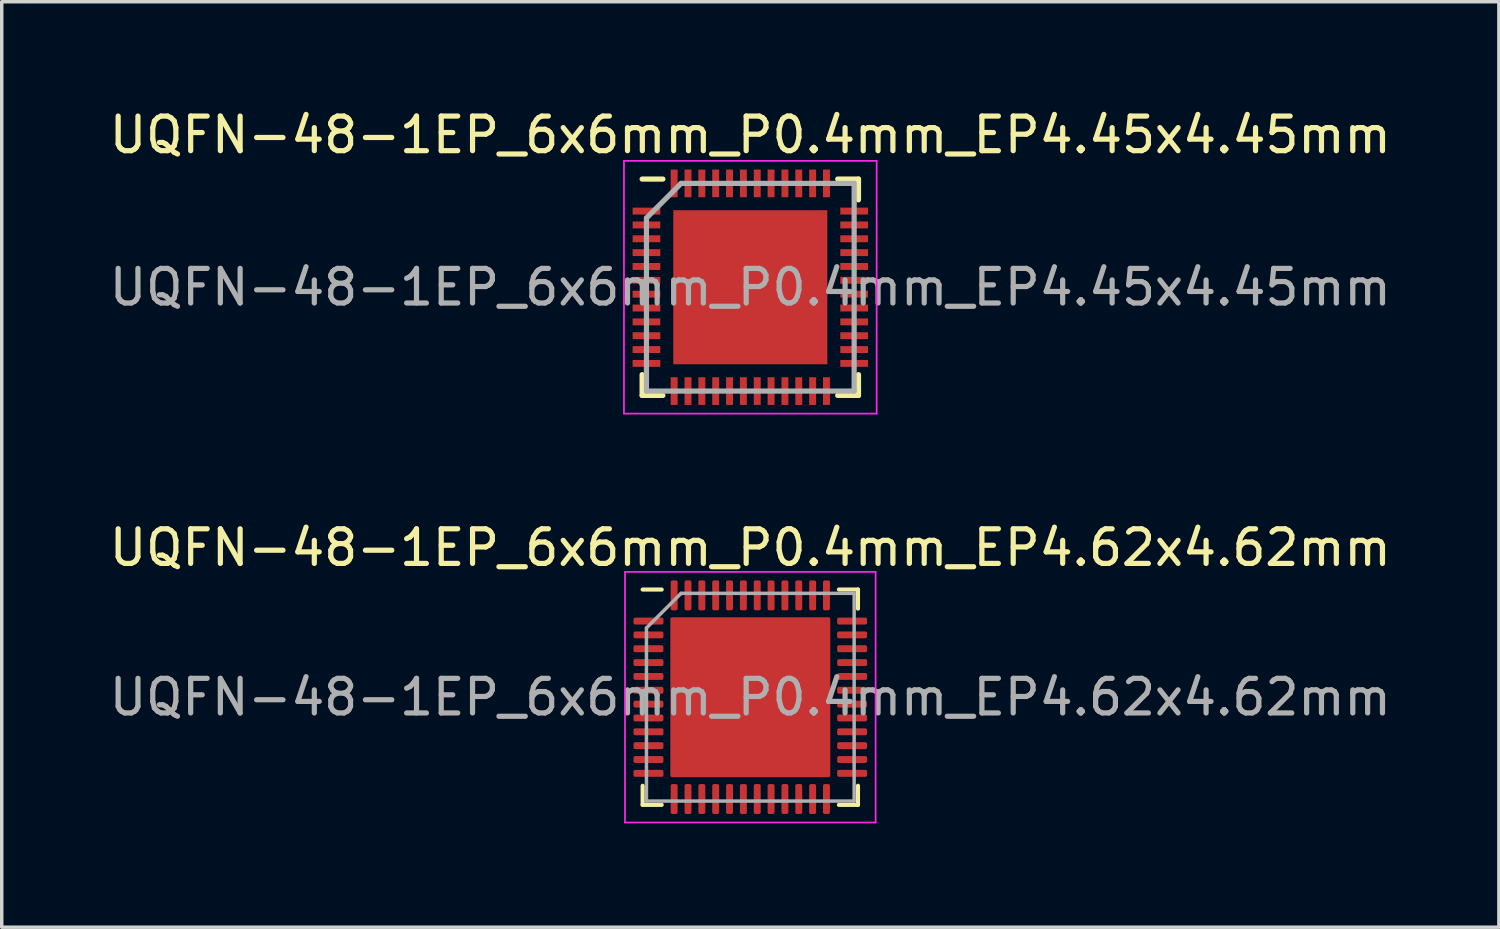
<source format=kicad_pcb>
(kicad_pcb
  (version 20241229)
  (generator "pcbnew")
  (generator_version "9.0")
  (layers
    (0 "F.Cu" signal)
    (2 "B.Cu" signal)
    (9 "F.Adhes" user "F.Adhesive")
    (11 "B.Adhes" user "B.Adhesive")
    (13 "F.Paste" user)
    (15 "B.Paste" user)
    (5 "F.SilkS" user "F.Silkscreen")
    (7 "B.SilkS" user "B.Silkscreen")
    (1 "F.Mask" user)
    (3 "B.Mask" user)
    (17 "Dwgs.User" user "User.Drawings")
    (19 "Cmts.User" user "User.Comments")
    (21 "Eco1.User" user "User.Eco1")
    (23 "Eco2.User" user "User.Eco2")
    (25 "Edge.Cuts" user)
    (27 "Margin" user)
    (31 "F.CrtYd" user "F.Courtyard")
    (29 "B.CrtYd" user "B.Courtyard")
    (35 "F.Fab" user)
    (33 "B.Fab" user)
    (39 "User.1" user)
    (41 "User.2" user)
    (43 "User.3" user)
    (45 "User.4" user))
  (footprint "UQFN-48-1EP_6x6mm_P0.4mm_EP4.62x4.62mm"
    (layer "F.Cu")
    (at 18.625 17.091)
    (property "Reference" "UQFN-48-1EP_6x6mm_P0.4mm_EP4.62x4.62mm" (at 0 -4.32 0) (layer "F.SilkS") (effects (font (size 1 1) (thickness 0.15))))
    (attr smd)
    (fp_line (start -3.11 3.11) (end -3.11 2.56) (stroke (width 0.12) (type solid)) (layer "F.SilkS"))
    (fp_line (start -2.56 -3.11) (end -3.11 -3.11) (stroke (width 0.12) (type solid)) (layer "F.SilkS"))
    (fp_line (start -2.56 3.11) (end -3.11 3.11) (stroke (width 0.12) (type solid)) (layer "F.SilkS"))
    (fp_line (start 2.56 -3.11) (end 3.11 -3.11) (stroke (width 0.12) (type solid)) (layer "F.SilkS"))
    (fp_line (start 2.56 3.11) (end 3.11 3.11) (stroke (width 0.12) (type solid)) (layer "F.SilkS"))
    (fp_line (start 3.11 -3.11) (end 3.11 -2.56) (stroke (width 0.12) (type solid)) (layer "F.SilkS"))
    (fp_line (start 3.11 3.11) (end 3.11 2.56) (stroke (width 0.12) (type solid)) (layer "F.SilkS"))
    (fp_line (start -3.62 -3.62) (end -3.62 3.62) (stroke (width 0.05) (type solid)) (layer "F.CrtYd"))
    (fp_line (start -3.62 3.62) (end 3.62 3.62) (stroke (width 0.05) (type solid)) (layer "F.CrtYd"))
    (fp_line (start 3.62 -3.62) (end -3.62 -3.62) (stroke (width 0.05) (type solid)) (layer "F.CrtYd"))
    (fp_line (start 3.62 3.62) (end 3.62 -3.62) (stroke (width 0.05) (type solid)) (layer "F.CrtYd"))
    (fp_line (start -3 -2) (end -2 -3) (stroke (width 0.1) (type solid)) (layer "F.Fab"))
    (fp_line (start -3 3) (end -3 -2) (stroke (width 0.1) (type solid)) (layer "F.Fab"))
    (fp_line (start -2 -3) (end 3 -3) (stroke (width 0.1) (type solid)) (layer "F.Fab"))
    (fp_line (start 3 -3) (end 3 3) (stroke (width 0.1) (type solid)) (layer "F.Fab"))
    (fp_line (start 3 3) (end -3 3) (stroke (width 0.1) (type solid)) (layer "F.Fab"))
    (fp_text user "${REFERENCE}" (at 0 0 0) (layer "F.Fab") (effects (font (size 1 1) (thickness 0.15))))
    (pad "" smd roundrect (at -1.155 -1.155) (size 1.86 1.86) (layers "F.Paste") (roundrect_rratio 0.134))
    (pad "" smd roundrect (at -1.155 1.155) (size 1.86 1.86) (layers "F.Paste") (roundrect_rratio 0.134))
    (pad "" smd roundrect (at 1.155 -1.155) (size 1.86 1.86) (layers "F.Paste") (roundrect_rratio 0.134))
    (pad "" smd roundrect (at 1.155 1.155) (size 1.86 1.86) (layers "F.Paste") (roundrect_rratio 0.134))
    (pad "1" smd roundrect (at -2.942 -2.2) (size 0.865 0.2) (layers "F.Cu" "F.Mask" "F.Paste") (roundrect_rratio 0.25))
    (pad "2" smd roundrect (at -2.942 -1.8) (size 0.865 0.2) (layers "F.Cu" "F.Mask" "F.Paste") (roundrect_rratio 0.25))
    (pad "3" smd roundrect (at -2.942 -1.4) (size 0.865 0.2) (layers "F.Cu" "F.Mask" "F.Paste") (roundrect_rratio 0.25))
    (pad "4" smd roundrect (at -2.942 -1) (size 0.865 0.2) (layers "F.Cu" "F.Mask" "F.Paste") (roundrect_rratio 0.25))
    (pad "5" smd roundrect (at -2.942 -0.6) (size 0.865 0.2) (layers "F.Cu" "F.Mask" "F.Paste") (roundrect_rratio 0.25))
    (pad "6" smd roundrect (at -2.942 -0.2) (size 0.865 0.2) (layers "F.Cu" "F.Mask" "F.Paste") (roundrect_rratio 0.25))
    (pad "7" smd roundrect (at -2.942 0.2) (size 0.865 0.2) (layers "F.Cu" "F.Mask" "F.Paste") (roundrect_rratio 0.25))
    (pad "8" smd roundrect (at -2.942 0.6) (size 0.865 0.2) (layers "F.Cu" "F.Mask" "F.Paste") (roundrect_rratio 0.25))
    (pad "9" smd roundrect (at -2.942 1) (size 0.865 0.2) (layers "F.Cu" "F.Mask" "F.Paste") (roundrect_rratio 0.25))
    (pad "10" smd roundrect (at -2.942 1.4) (size 0.865 0.2) (layers "F.Cu" "F.Mask" "F.Paste") (roundrect_rratio 0.25))
    (pad "11" smd roundrect (at -2.942 1.8) (size 0.865 0.2) (layers "F.Cu" "F.Mask" "F.Paste") (roundrect_rratio 0.25))
    (pad "12" smd roundrect (at -2.942 2.2) (size 0.865 0.2) (layers "F.Cu" "F.Mask" "F.Paste") (roundrect_rratio 0.25))
    (pad "13" smd roundrect (at -2.2 2.942) (size 0.2 0.865) (layers "F.Cu" "F.Mask" "F.Paste") (roundrect_rratio 0.25))
    (pad "14" smd roundrect (at -1.8 2.942) (size 0.2 0.865) (layers "F.Cu" "F.Mask" "F.Paste") (roundrect_rratio 0.25))
    (pad "15" smd roundrect (at -1.4 2.942) (size 0.2 0.865) (layers "F.Cu" "F.Mask" "F.Paste") (roundrect_rratio 0.25))
    (pad "16" smd roundrect (at -1 2.942) (size 0.2 0.865) (layers "F.Cu" "F.Mask" "F.Paste") (roundrect_rratio 0.25))
    (pad "17" smd roundrect (at -0.6 2.942) (size 0.2 0.865) (layers "F.Cu" "F.Mask" "F.Paste") (roundrect_rratio 0.25))
    (pad "18" smd roundrect (at -0.2 2.942) (size 0.2 0.865) (layers "F.Cu" "F.Mask" "F.Paste") (roundrect_rratio 0.25))
    (pad "19" smd roundrect (at 0.2 2.942) (size 0.2 0.865) (layers "F.Cu" "F.Mask" "F.Paste") (roundrect_rratio 0.25))
    (pad "20" smd roundrect (at 0.6 2.942) (size 0.2 0.865) (layers "F.Cu" "F.Mask" "F.Paste") (roundrect_rratio 0.25))
    (pad "21" smd roundrect (at 1 2.942) (size 0.2 0.865) (layers "F.Cu" "F.Mask" "F.Paste") (roundrect_rratio 0.25))
    (pad "22" smd roundrect (at 1.4 2.942) (size 0.2 0.865) (layers "F.Cu" "F.Mask" "F.Paste") (roundrect_rratio 0.25))
    (pad "23" smd roundrect (at 1.8 2.942) (size 0.2 0.865) (layers "F.Cu" "F.Mask" "F.Paste") (roundrect_rratio 0.25))
    (pad "24" smd roundrect (at 2.2 2.942) (size 0.2 0.865) (layers "F.Cu" "F.Mask" "F.Paste") (roundrect_rratio 0.25))
    (pad "25" smd roundrect (at 2.942 2.2) (size 0.865 0.2) (layers "F.Cu" "F.Mask" "F.Paste") (roundrect_rratio 0.25))
    (pad "26" smd roundrect (at 2.942 1.8) (size 0.865 0.2) (layers "F.Cu" "F.Mask" "F.Paste") (roundrect_rratio 0.25))
    (pad "27" smd roundrect (at 2.942 1.4) (size 0.865 0.2) (layers "F.Cu" "F.Mask" "F.Paste") (roundrect_rratio 0.25))
    (pad "28" smd roundrect (at 2.942 1) (size 0.865 0.2) (layers "F.Cu" "F.Mask" "F.Paste") (roundrect_rratio 0.25))
    (pad "29" smd roundrect (at 2.942 0.6) (size 0.865 0.2) (layers "F.Cu" "F.Mask" "F.Paste") (roundrect_rratio 0.25))
    (pad "30" smd roundrect (at 2.942 0.2) (size 0.865 0.2) (layers "F.Cu" "F.Mask" "F.Paste") (roundrect_rratio 0.25))
    (pad "31" smd roundrect (at 2.942 -0.2) (size 0.865 0.2) (layers "F.Cu" "F.Mask" "F.Paste") (roundrect_rratio 0.25))
    (pad "32" smd roundrect (at 2.942 -0.6) (size 0.865 0.2) (layers "F.Cu" "F.Mask" "F.Paste") (roundrect_rratio 0.25))
    (pad "33" smd roundrect (at 2.942 -1) (size 0.865 0.2) (layers "F.Cu" "F.Mask" "F.Paste") (roundrect_rratio 0.25))
    (pad "34" smd roundrect (at 2.942 -1.4) (size 0.865 0.2) (layers "F.Cu" "F.Mask" "F.Paste") (roundrect_rratio 0.25))
    (pad "35" smd roundrect (at 2.942 -1.8) (size 0.865 0.2) (layers "F.Cu" "F.Mask" "F.Paste") (roundrect_rratio 0.25))
    (pad "36" smd roundrect (at 2.942 -2.2) (size 0.865 0.2) (layers "F.Cu" "F.Mask" "F.Paste") (roundrect_rratio 0.25))
    (pad "37" smd roundrect (at 2.2 -2.942) (size 0.2 0.865) (layers "F.Cu" "F.Mask" "F.Paste") (roundrect_rratio 0.25))
    (pad "38" smd roundrect (at 1.8 -2.942) (size 0.2 0.865) (layers "F.Cu" "F.Mask" "F.Paste") (roundrect_rratio 0.25))
    (pad "39" smd roundrect (at 1.4 -2.942) (size 0.2 0.865) (layers "F.Cu" "F.Mask" "F.Paste") (roundrect_rratio 0.25))
    (pad "40" smd roundrect (at 1 -2.942) (size 0.2 0.865) (layers "F.Cu" "F.Mask" "F.Paste") (roundrect_rratio 0.25))
    (pad "41" smd roundrect (at 0.6 -2.942) (size 0.2 0.865) (layers "F.Cu" "F.Mask" "F.Paste") (roundrect_rratio 0.25))
    (pad "42" smd roundrect (at 0.2 -2.942) (size 0.2 0.865) (layers "F.Cu" "F.Mask" "F.Paste") (roundrect_rratio 0.25))
    (pad "43" smd roundrect (at -0.2 -2.942) (size 0.2 0.865) (layers "F.Cu" "F.Mask" "F.Paste") (roundrect_rratio 0.25))
    (pad "44" smd roundrect (at -0.6 -2.942) (size 0.2 0.865) (layers "F.Cu" "F.Mask" "F.Paste") (roundrect_rratio 0.25))
    (pad "45" smd roundrect (at -1 -2.942) (size 0.2 0.865) (layers "F.Cu" "F.Mask" "F.Paste") (roundrect_rratio 0.25))
    (pad "46" smd roundrect (at -1.4 -2.942) (size 0.2 0.865) (layers "F.Cu" "F.Mask" "F.Paste") (roundrect_rratio 0.25))
    (pad "47" smd roundrect (at -1.8 -2.942) (size 0.2 0.865) (layers "F.Cu" "F.Mask" "F.Paste") (roundrect_rratio 0.25))
    (pad "48" smd roundrect (at -2.2 -2.942) (size 0.2 0.865) (layers "F.Cu" "F.Mask" "F.Paste") (roundrect_rratio 0.25))
    (pad "49" smd roundrect (at 0 0) (size 4.62 4.62) (layers "F.Cu" "F.Mask") (roundrect_rratio 0.011)))
  (footprint "UQFN-48-1EP_6x6mm_P0.4mm_EP4.45x4.45mm"
    (layer "F.Cu")
    (at 18.625 5.248)
    (property "Reference" "UQFN-48-1EP_6x6mm_P0.4mm_EP4.45x4.45mm" (at 0 -4.4 0) (layer "F.SilkS") (effects (font (size 1 1) (thickness 0.15))))
    (attr smd)
    (fp_line (start -3.125 -3.125) (end -2.525 -3.125) (stroke (width 0.15) (type solid)) (layer "F.SilkS"))
    (fp_line (start -3.125 3.125) (end -3.125 2.525) (stroke (width 0.15) (type solid)) (layer "F.SilkS"))
    (fp_line (start -3.125 3.125) (end -2.525 3.125) (stroke (width 0.15) (type solid)) (layer "F.SilkS"))
    (fp_line (start 3.125 -3.125) (end 2.525 -3.125) (stroke (width 0.15) (type solid)) (layer "F.SilkS"))
    (fp_line (start 3.125 -3.125) (end 3.125 -2.525) (stroke (width 0.15) (type solid)) (layer "F.SilkS"))
    (fp_line (start 3.125 3.125) (end 2.525 3.125) (stroke (width 0.15) (type solid)) (layer "F.SilkS"))
    (fp_line (start 3.125 3.125) (end 3.125 2.525) (stroke (width 0.15) (type solid)) (layer "F.SilkS"))
    (fp_line (start -3.65 -3.65) (end -3.65 3.65) (stroke (width 0.05) (type solid)) (layer "F.CrtYd"))
    (fp_line (start -3.65 -3.65) (end 3.65 -3.65) (stroke (width 0.05) (type solid)) (layer "F.CrtYd"))
    (fp_line (start -3.65 3.65) (end 3.65 3.65) (stroke (width 0.05) (type solid)) (layer "F.CrtYd"))
    (fp_line (start 3.65 -3.65) (end 3.65 3.65) (stroke (width 0.05) (type solid)) (layer "F.CrtYd"))
    (fp_line (start -3 -2) (end -2 -3) (stroke (width 0.15) (type solid)) (layer "F.Fab"))
    (fp_line (start -3 3) (end -3 -2) (stroke (width 0.15) (type solid)) (layer "F.Fab"))
    (fp_line (start -2 -3) (end 3 -3) (stroke (width 0.15) (type solid)) (layer "F.Fab"))
    (fp_line (start 3 -3) (end 3 3) (stroke (width 0.15) (type solid)) (layer "F.Fab"))
    (fp_line (start 3 3) (end -3 3) (stroke (width 0.15) (type solid)) (layer "F.Fab"))
    (fp_text user "${REFERENCE}" (at 0 0 0) (layer "F.Fab") (effects (font (size 1 1) (thickness 0.15))))
    (pad "" smd rect (at -1.669 -1.669) (size 0.85 0.85) (layers "F.Paste"))
    (pad "" smd rect (at -1.669 -0.556) (size 0.85 0.85) (layers "F.Paste"))
    (pad "" smd rect (at -1.669 0.556) (size 0.85 0.85) (layers "F.Paste"))
    (pad "" smd rect (at -1.669 1.669) (size 0.85 0.85) (layers "F.Paste"))
    (pad "" smd rect (at -0.556 -1.669) (size 0.85 0.85) (layers "F.Paste"))
    (pad "" smd rect (at -0.556 -0.556) (size 0.85 0.85) (layers "F.Paste"))
    (pad "" smd rect (at -0.556 0.556) (size 0.85 0.85) (layers "F.Paste"))
    (pad "" smd rect (at -0.556 1.669) (size 0.85 0.85) (layers "F.Paste"))
    (pad "" smd rect (at 0.556 -1.669) (size 0.85 0.85) (layers "F.Paste"))
    (pad "" smd rect (at 0.556 -0.556) (size 0.85 0.85) (layers "F.Paste"))
    (pad "" smd rect (at 0.556 0.556) (size 0.85 0.85) (layers "F.Paste"))
    (pad "" smd rect (at 0.556 1.669) (size 0.85 0.85) (layers "F.Paste"))
    (pad "" smd rect (at 1.669 -1.669) (size 0.85 0.85) (layers "F.Paste"))
    (pad "" smd rect (at 1.669 -0.556) (size 0.85 0.85) (layers "F.Paste"))
    (pad "" smd rect (at 1.669 0.556) (size 0.85 0.85) (layers "F.Paste"))
    (pad "" smd rect (at 1.669 1.669) (size 0.85 0.85) (layers "F.Paste"))
    (pad "1" smd rect (at -3 -2.2) (size 0.8 0.2) (layers "F.Cu" "F.Mask" "F.Paste"))
    (pad "2" smd rect (at -3 -1.8) (size 0.8 0.2) (layers "F.Cu" "F.Mask" "F.Paste"))
    (pad "3" smd rect (at -3 -1.4) (size 0.8 0.2) (layers "F.Cu" "F.Mask" "F.Paste"))
    (pad "4" smd rect (at -3 -1) (size 0.8 0.2) (layers "F.Cu" "F.Mask" "F.Paste"))
    (pad "5" smd rect (at -3 -0.6) (size 0.8 0.2) (layers "F.Cu" "F.Mask" "F.Paste"))
    (pad "6" smd rect (at -3 -0.2) (size 0.8 0.2) (layers "F.Cu" "F.Mask" "F.Paste"))
    (pad "7" smd rect (at -3 0.2) (size 0.8 0.2) (layers "F.Cu" "F.Mask" "F.Paste"))
    (pad "8" smd rect (at -3 0.6) (size 0.8 0.2) (layers "F.Cu" "F.Mask" "F.Paste"))
    (pad "9" smd rect (at -3 1) (size 0.8 0.2) (layers "F.Cu" "F.Mask" "F.Paste"))
    (pad "10" smd rect (at -3 1.4) (size 0.8 0.2) (layers "F.Cu" "F.Mask" "F.Paste"))
    (pad "11" smd rect (at -3 1.8) (size 0.8 0.2) (layers "F.Cu" "F.Mask" "F.Paste"))
    (pad "12" smd rect (at -3 2.2) (size 0.8 0.2) (layers "F.Cu" "F.Mask" "F.Paste"))
    (pad "13" smd rect (at -2.2 3 90) (size 0.8 0.2) (layers "F.Cu" "F.Mask" "F.Paste"))
    (pad "14" smd rect (at -1.8 3 90) (size 0.8 0.2) (layers "F.Cu" "F.Mask" "F.Paste"))
    (pad "15" smd rect (at -1.4 3 90) (size 0.8 0.2) (layers "F.Cu" "F.Mask" "F.Paste"))
    (pad "16" smd rect (at -1 3 90) (size 0.8 0.2) (layers "F.Cu" "F.Mask" "F.Paste"))
    (pad "17" smd rect (at -0.6 3 90) (size 0.8 0.2) (layers "F.Cu" "F.Mask" "F.Paste"))
    (pad "18" smd rect (at -0.2 3 90) (size 0.8 0.2) (layers "F.Cu" "F.Mask" "F.Paste"))
    (pad "19" smd rect (at 0.2 3 90) (size 0.8 0.2) (layers "F.Cu" "F.Mask" "F.Paste"))
    (pad "20" smd rect (at 0.6 3 90) (size 0.8 0.2) (layers "F.Cu" "F.Mask" "F.Paste"))
    (pad "21" smd rect (at 1 3 90) (size 0.8 0.2) (layers "F.Cu" "F.Mask" "F.Paste"))
    (pad "22" smd rect (at 1.4 3 90) (size 0.8 0.2) (layers "F.Cu" "F.Mask" "F.Paste"))
    (pad "23" smd rect (at 1.8 3 90) (size 0.8 0.2) (layers "F.Cu" "F.Mask" "F.Paste"))
    (pad "24" smd rect (at 2.2 3 90) (size 0.8 0.2) (layers "F.Cu" "F.Mask" "F.Paste"))
    (pad "25" smd rect (at 3 2.2) (size 0.8 0.2) (layers "F.Cu" "F.Mask" "F.Paste"))
    (pad "26" smd rect (at 3 1.8) (size 0.8 0.2) (layers "F.Cu" "F.Mask" "F.Paste"))
    (pad "27" smd rect (at 3 1.4) (size 0.8 0.2) (layers "F.Cu" "F.Mask" "F.Paste"))
    (pad "28" smd rect (at 3 1) (size 0.8 0.2) (layers "F.Cu" "F.Mask" "F.Paste"))
    (pad "29" smd rect (at 3 0.6) (size 0.8 0.2) (layers "F.Cu" "F.Mask" "F.Paste"))
    (pad "30" smd rect (at 3 0.2) (size 0.8 0.2) (layers "F.Cu" "F.Mask" "F.Paste"))
    (pad "31" smd rect (at 3 -0.2) (size 0.8 0.2) (layers "F.Cu" "F.Mask" "F.Paste"))
    (pad "32" smd rect (at 3 -0.6) (size 0.8 0.2) (layers "F.Cu" "F.Mask" "F.Paste"))
    (pad "33" smd rect (at 3 -1) (size 0.8 0.2) (layers "F.Cu" "F.Mask" "F.Paste"))
    (pad "34" smd rect (at 3 -1.4) (size 0.8 0.2) (layers "F.Cu" "F.Mask" "F.Paste"))
    (pad "35" smd rect (at 3 -1.8) (size 0.8 0.2) (layers "F.Cu" "F.Mask" "F.Paste"))
    (pad "36" smd rect (at 3 -2.2) (size 0.8 0.2) (layers "F.Cu" "F.Mask" "F.Paste"))
    (pad "37" smd rect (at 2.2 -3 90) (size 0.8 0.2) (layers "F.Cu" "F.Mask" "F.Paste"))
    (pad "38" smd rect (at 1.8 -3 90) (size 0.8 0.2) (layers "F.Cu" "F.Mask" "F.Paste"))
    (pad "39" smd rect (at 1.4 -3 90) (size 0.8 0.2) (layers "F.Cu" "F.Mask" "F.Paste"))
    (pad "40" smd rect (at 1 -3 90) (size 0.8 0.2) (layers "F.Cu" "F.Mask" "F.Paste"))
    (pad "41" smd rect (at 0.6 -3 90) (size 0.8 0.2) (layers "F.Cu" "F.Mask" "F.Paste"))
    (pad "42" smd rect (at 0.2 -3 90) (size 0.8 0.2) (layers "F.Cu" "F.Mask" "F.Paste"))
    (pad "43" smd rect (at -0.2 -3 90) (size 0.8 0.2) (layers "F.Cu" "F.Mask" "F.Paste"))
    (pad "44" smd rect (at -0.6 -3 90) (size 0.8 0.2) (layers "F.Cu" "F.Mask" "F.Paste"))
    (pad "45" smd rect (at -1 -3 90) (size 0.8 0.2) (layers "F.Cu" "F.Mask" "F.Paste"))
    (pad "46" smd rect (at -1.4 -3 90) (size 0.8 0.2) (layers "F.Cu" "F.Mask" "F.Paste"))
    (pad "47" smd rect (at -1.8 -3 90) (size 0.8 0.2) (layers "F.Cu" "F.Mask" "F.Paste"))
    (pad "48" smd rect (at -2.2 -3 90) (size 0.8 0.2) (layers "F.Cu" "F.Mask" "F.Paste"))
    (pad "49" smd rect (at 0 0) (size 4.45 4.45) (layers "F.Cu" "F.Mask")))
  (gr_rect
    (start -3 -3)
    (end 40.25 23.736)
    (stroke (width 0.1) (type default))
    (fill no)
    (layer "Edge.Cuts")))
</source>
